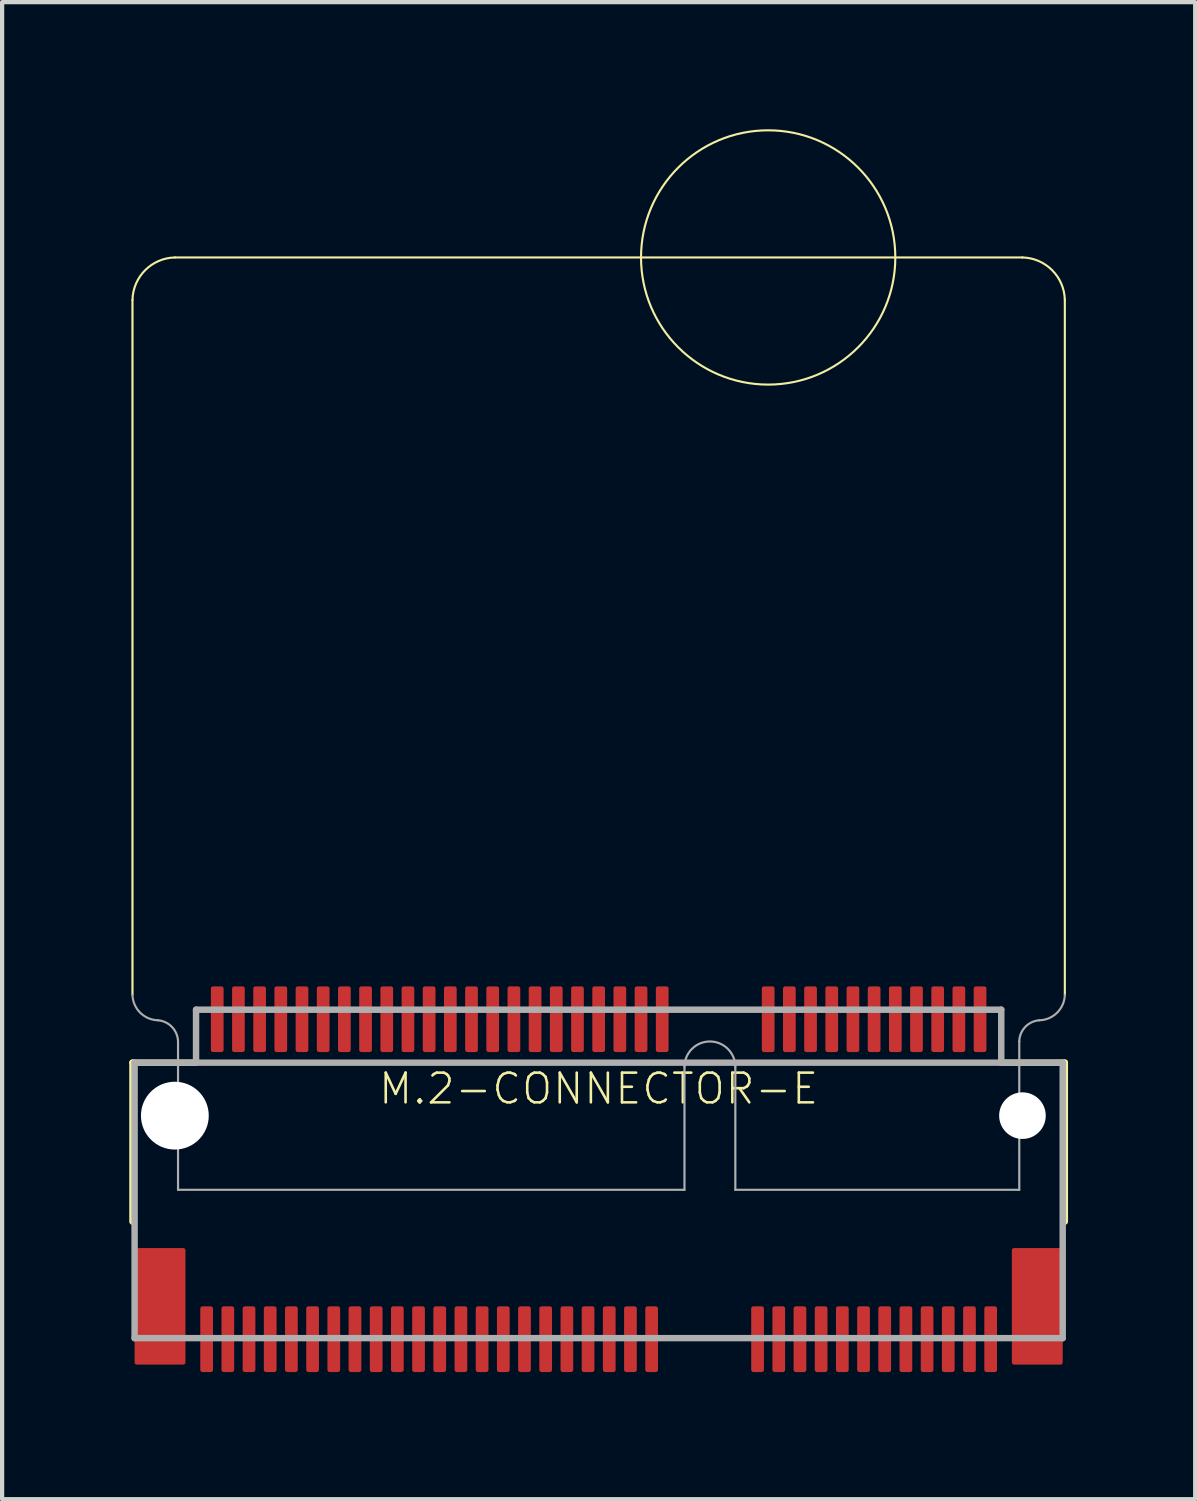
<source format=kicad_pcb>
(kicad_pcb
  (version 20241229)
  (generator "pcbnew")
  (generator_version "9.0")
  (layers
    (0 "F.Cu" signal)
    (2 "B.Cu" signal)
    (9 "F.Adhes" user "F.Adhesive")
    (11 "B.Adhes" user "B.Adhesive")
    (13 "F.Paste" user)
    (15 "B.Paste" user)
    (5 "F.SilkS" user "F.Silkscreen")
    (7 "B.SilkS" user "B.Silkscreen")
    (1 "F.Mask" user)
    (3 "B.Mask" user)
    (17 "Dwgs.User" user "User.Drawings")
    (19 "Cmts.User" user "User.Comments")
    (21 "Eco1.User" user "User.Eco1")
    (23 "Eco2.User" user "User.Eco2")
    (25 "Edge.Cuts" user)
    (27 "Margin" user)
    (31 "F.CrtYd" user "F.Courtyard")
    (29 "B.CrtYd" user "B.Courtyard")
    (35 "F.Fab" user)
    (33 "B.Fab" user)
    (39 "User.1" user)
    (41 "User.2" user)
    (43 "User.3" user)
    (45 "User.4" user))
  (footprint "M.2-CONNECTOR-E"
    (layer "F.Cu")
    (at 11.076 23.275)
    (property "Reference" "M.2-CONNECTOR-E" (at 0 -0.635 0) (layer "F.SilkS") (effects (font (size 0.701 0.701) (thickness 0.061))))
    (fp_line (start -11 -19.25) (end -11 -2.85) (stroke (width 0.051) (type solid)) (layer "F.SilkS"))
    (fp_line (start -11 2.5) (end -11 -1.25) (stroke (width 0.152) (type solid)) (layer "F.SilkS"))
    (fp_line (start -9.5 -1.25) (end -11 -1.25) (stroke (width 0.152) (type solid)) (layer "F.SilkS"))
    (fp_line (start 10 -20.25) (end -10 -20.25) (stroke (width 0.051) (type solid)) (layer "F.SilkS"))
    (fp_line (start 11 -19.25) (end 11 -2.85) (stroke (width 0.05) (type solid)) (layer "F.SilkS"))
    (fp_line (start 11 -1.25) (end 9.5 -1.25) (stroke (width 0.152) (type solid)) (layer "F.SilkS"))
    (fp_line (start 11 2.5) (end 11 -1.25) (stroke (width 0.152) (type solid)) (layer "F.SilkS"))
    (fp_arc (start -11 -19.25) (mid -10.7 -19.949999) (end -10 -20.25) (stroke (width 0.05) (type solid)) (layer "F.SilkS"))
    (fp_arc (start 10 -20.25) (mid 10.699999 -19.95) (end 11 -19.25) (stroke (width 0.05) (type solid)) (layer "F.SilkS"))
    (fp_circle (center 4 -20.25) (end 7 -20.25) (stroke (width 0.05) (type solid)) (fill no) (layer "F.SilkS"))
    (fp_poly (pts (xy -9.4 6.05) (xy -9.1 6.05) (xy -9.1 4.5) (xy -9.4 4.5)) (stroke (width 0) (type default)) (fill yes) (layer "F.Paste"))
    (fp_poly (pts (xy -9.15 -1.5) (xy -8.85 -1.5) (xy -8.85 -3.05) (xy -9.15 -3.05)) (stroke (width 0) (type default)) (fill yes) (layer "F.Paste"))
    (fp_poly (pts (xy -8.9 6.05) (xy -8.6 6.05) (xy -8.6 4.5) (xy -8.9 4.5)) (stroke (width 0) (type default)) (fill yes) (layer "F.Paste"))
    (fp_poly (pts (xy -8.65 -1.5) (xy -8.35 -1.5) (xy -8.35 -3.05) (xy -8.65 -3.05)) (stroke (width 0) (type default)) (fill yes) (layer "F.Paste"))
    (fp_poly (pts (xy -8.4 6.05) (xy -8.1 6.05) (xy -8.1 4.5) (xy -8.4 4.5)) (stroke (width 0) (type default)) (fill yes) (layer "F.Paste"))
    (fp_poly (pts (xy -8.15 -1.5) (xy -7.85 -1.5) (xy -7.85 -3.05) (xy -8.15 -3.05)) (stroke (width 0) (type default)) (fill yes) (layer "F.Paste"))
    (fp_poly (pts (xy -7.9 6.05) (xy -7.6 6.05) (xy -7.6 4.5) (xy -7.9 4.5)) (stroke (width 0) (type default)) (fill yes) (layer "F.Paste"))
    (fp_poly (pts (xy -7.65 -1.5) (xy -7.35 -1.5) (xy -7.35 -3.05) (xy -7.65 -3.05)) (stroke (width 0) (type default)) (fill yes) (layer "F.Paste"))
    (fp_poly (pts (xy -7.4 6.05) (xy -7.1 6.05) (xy -7.1 4.5) (xy -7.4 4.5)) (stroke (width 0) (type default)) (fill yes) (layer "F.Paste"))
    (fp_poly (pts (xy -7.15 -1.5) (xy -6.85 -1.5) (xy -6.85 -3.05) (xy -7.15 -3.05)) (stroke (width 0) (type default)) (fill yes) (layer "F.Paste"))
    (fp_poly (pts (xy -6.9 6.05) (xy -6.6 6.05) (xy -6.6 4.5) (xy -6.9 4.5)) (stroke (width 0) (type default)) (fill yes) (layer "F.Paste"))
    (fp_poly (pts (xy -6.65 -1.5) (xy -6.35 -1.5) (xy -6.35 -3.05) (xy -6.65 -3.05)) (stroke (width 0) (type default)) (fill yes) (layer "F.Paste"))
    (fp_poly (pts (xy -6.4 6.05) (xy -6.1 6.05) (xy -6.1 4.5) (xy -6.4 4.5)) (stroke (width 0) (type default)) (fill yes) (layer "F.Paste"))
    (fp_poly (pts (xy -6.15 -1.5) (xy -5.85 -1.5) (xy -5.85 -3.05) (xy -6.15 -3.05)) (stroke (width 0) (type default)) (fill yes) (layer "F.Paste"))
    (fp_poly (pts (xy -5.9 6.05) (xy -5.6 6.05) (xy -5.6 4.5) (xy -5.9 4.5)) (stroke (width 0) (type default)) (fill yes) (layer "F.Paste"))
    (fp_poly (pts (xy -5.65 -1.5) (xy -5.35 -1.5) (xy -5.35 -3.05) (xy -5.65 -3.05)) (stroke (width 0) (type default)) (fill yes) (layer "F.Paste"))
    (fp_poly (pts (xy -5.4 6.05) (xy -5.1 6.05) (xy -5.1 4.5) (xy -5.4 4.5)) (stroke (width 0) (type default)) (fill yes) (layer "F.Paste"))
    (fp_poly (pts (xy -5.15 -1.5) (xy -4.85 -1.5) (xy -4.85 -3.05) (xy -5.15 -3.05)) (stroke (width 0) (type default)) (fill yes) (layer "F.Paste"))
    (fp_poly (pts (xy -4.9 6.05) (xy -4.6 6.05) (xy -4.6 4.5) (xy -4.9 4.5)) (stroke (width 0) (type default)) (fill yes) (layer "F.Paste"))
    (fp_poly (pts (xy -4.65 -1.5) (xy -4.35 -1.5) (xy -4.35 -3.05) (xy -4.65 -3.05)) (stroke (width 0) (type default)) (fill yes) (layer "F.Paste"))
    (fp_poly (pts (xy -4.4 6.05) (xy -4.1 6.05) (xy -4.1 4.5) (xy -4.4 4.5)) (stroke (width 0) (type default)) (fill yes) (layer "F.Paste"))
    (fp_poly (pts (xy -4.15 -1.5) (xy -3.85 -1.5) (xy -3.85 -3.05) (xy -4.15 -3.05)) (stroke (width 0) (type default)) (fill yes) (layer "F.Paste"))
    (fp_poly (pts (xy -3.9 6.05) (xy -3.6 6.05) (xy -3.6 4.5) (xy -3.9 4.5)) (stroke (width 0) (type default)) (fill yes) (layer "F.Paste"))
    (fp_poly (pts (xy -3.65 -1.5) (xy -3.35 -1.5) (xy -3.35 -3.05) (xy -3.65 -3.05)) (stroke (width 0) (type default)) (fill yes) (layer "F.Paste"))
    (fp_poly (pts (xy -3.4 6.05) (xy -3.1 6.05) (xy -3.1 4.5) (xy -3.4 4.5)) (stroke (width 0) (type default)) (fill yes) (layer "F.Paste"))
    (fp_poly (pts (xy -3.15 -1.5) (xy -2.85 -1.5) (xy -2.85 -3.05) (xy -3.15 -3.05)) (stroke (width 0) (type default)) (fill yes) (layer "F.Paste"))
    (fp_poly (pts (xy -2.9 6.05) (xy -2.6 6.05) (xy -2.6 4.5) (xy -2.9 4.5)) (stroke (width 0) (type default)) (fill yes) (layer "F.Paste"))
    (fp_poly (pts (xy -2.65 -1.5) (xy -2.35 -1.5) (xy -2.35 -3.05) (xy -2.65 -3.05)) (stroke (width 0) (type default)) (fill yes) (layer "F.Paste"))
    (fp_poly (pts (xy -2.4 6.05) (xy -2.1 6.05) (xy -2.1 4.5) (xy -2.4 4.5)) (stroke (width 0) (type default)) (fill yes) (layer "F.Paste"))
    (fp_poly (pts (xy -2.15 -1.5) (xy -1.85 -1.5) (xy -1.85 -3.05) (xy -2.15 -3.05)) (stroke (width 0) (type default)) (fill yes) (layer "F.Paste"))
    (fp_poly (pts (xy -1.9 6.05) (xy -1.6 6.05) (xy -1.6 4.5) (xy -1.9 4.5)) (stroke (width 0) (type default)) (fill yes) (layer "F.Paste"))
    (fp_poly (pts (xy -1.65 -1.5) (xy -1.35 -1.5) (xy -1.35 -3.05) (xy -1.65 -3.05)) (stroke (width 0) (type default)) (fill yes) (layer "F.Paste"))
    (fp_poly (pts (xy -1.4 6.05) (xy -1.1 6.05) (xy -1.1 4.5) (xy -1.4 4.5)) (stroke (width 0) (type default)) (fill yes) (layer "F.Paste"))
    (fp_poly (pts (xy -1.15 -1.5) (xy -0.85 -1.5) (xy -0.85 -3.05) (xy -1.15 -3.05)) (stroke (width 0) (type default)) (fill yes) (layer "F.Paste"))
    (fp_poly (pts (xy -0.9 6.05) (xy -0.6 6.05) (xy -0.6 4.5) (xy -0.9 4.5)) (stroke (width 0) (type default)) (fill yes) (layer "F.Paste"))
    (fp_poly (pts (xy -0.65 -1.5) (xy -0.35 -1.5) (xy -0.35 -3.05) (xy -0.65 -3.05)) (stroke (width 0) (type default)) (fill yes) (layer "F.Paste"))
    (fp_poly (pts (xy -0.4 6.05) (xy -0.1 6.05) (xy -0.1 4.5) (xy -0.4 4.5)) (stroke (width 0) (type default)) (fill yes) (layer "F.Paste"))
    (fp_poly (pts (xy -0.15 -1.5) (xy 0.15 -1.5) (xy 0.15 -3.05) (xy -0.15 -3.05)) (stroke (width 0) (type default)) (fill yes) (layer "F.Paste"))
    (fp_poly (pts (xy 0.1 6.05) (xy 0.4 6.05) (xy 0.4 4.5) (xy 0.1 4.5)) (stroke (width 0) (type default)) (fill yes) (layer "F.Paste"))
    (fp_poly (pts (xy 0.35 -1.5) (xy 0.65 -1.5) (xy 0.65 -3.05) (xy 0.35 -3.05)) (stroke (width 0) (type default)) (fill yes) (layer "F.Paste"))
    (fp_poly (pts (xy 0.6 6.05) (xy 0.9 6.05) (xy 0.9 4.5) (xy 0.6 4.5)) (stroke (width 0) (type default)) (fill yes) (layer "F.Paste"))
    (fp_poly (pts (xy 0.85 -1.5) (xy 1.15 -1.5) (xy 1.15 -3.05) (xy 0.85 -3.05)) (stroke (width 0) (type default)) (fill yes) (layer "F.Paste"))
    (fp_poly (pts (xy 1.1 6.05) (xy 1.4 6.05) (xy 1.4 4.5) (xy 1.1 4.5)) (stroke (width 0) (type default)) (fill yes) (layer "F.Paste"))
    (fp_poly (pts (xy 1.35 -1.5) (xy 1.65 -1.5) (xy 1.65 -3.05) (xy 1.35 -3.05)) (stroke (width 0) (type default)) (fill yes) (layer "F.Paste"))
    (fp_poly (pts (xy 3.6 6.05) (xy 3.9 6.05) (xy 3.9 4.5) (xy 3.6 4.5)) (stroke (width 0) (type default)) (fill yes) (layer "F.Paste"))
    (fp_poly (pts (xy 3.85 -1.5) (xy 4.15 -1.5) (xy 4.15 -3.05) (xy 3.85 -3.05)) (stroke (width 0) (type default)) (fill yes) (layer "F.Paste"))
    (fp_poly (pts (xy 4.1 6.05) (xy 4.4 6.05) (xy 4.4 4.5) (xy 4.1 4.5)) (stroke (width 0) (type default)) (fill yes) (layer "F.Paste"))
    (fp_poly (pts (xy 4.35 -1.5) (xy 4.65 -1.5) (xy 4.65 -3.05) (xy 4.35 -3.05)) (stroke (width 0) (type default)) (fill yes) (layer "F.Paste"))
    (fp_poly (pts (xy 4.6 6.05) (xy 4.9 6.05) (xy 4.9 4.5) (xy 4.6 4.5)) (stroke (width 0) (type default)) (fill yes) (layer "F.Paste"))
    (fp_poly (pts (xy 4.85 -1.5) (xy 5.15 -1.5) (xy 5.15 -3.05) (xy 4.85 -3.05)) (stroke (width 0) (type default)) (fill yes) (layer "F.Paste"))
    (fp_poly (pts (xy 5.1 6.05) (xy 5.4 6.05) (xy 5.4 4.5) (xy 5.1 4.5)) (stroke (width 0) (type default)) (fill yes) (layer "F.Paste"))
    (fp_poly (pts (xy 5.35 -1.5) (xy 5.65 -1.5) (xy 5.65 -3.05) (xy 5.35 -3.05)) (stroke (width 0) (type default)) (fill yes) (layer "F.Paste"))
    (fp_poly (pts (xy 5.6 6.05) (xy 5.9 6.05) (xy 5.9 4.5) (xy 5.6 4.5)) (stroke (width 0) (type default)) (fill yes) (layer "F.Paste"))
    (fp_poly (pts (xy 5.85 -1.5) (xy 6.15 -1.5) (xy 6.15 -3.05) (xy 5.85 -3.05)) (stroke (width 0) (type default)) (fill yes) (layer "F.Paste"))
    (fp_poly (pts (xy 6.1 6.05) (xy 6.4 6.05) (xy 6.4 4.5) (xy 6.1 4.5)) (stroke (width 0) (type default)) (fill yes) (layer "F.Paste"))
    (fp_poly (pts (xy 6.35 -1.5) (xy 6.65 -1.5) (xy 6.65 -3.05) (xy 6.35 -3.05)) (stroke (width 0) (type default)) (fill yes) (layer "F.Paste"))
    (fp_poly (pts (xy 6.6 6.05) (xy 6.9 6.05) (xy 6.9 4.5) (xy 6.6 4.5)) (stroke (width 0) (type default)) (fill yes) (layer "F.Paste"))
    (fp_poly (pts (xy 6.85 -1.5) (xy 7.15 -1.5) (xy 7.15 -3.05) (xy 6.85 -3.05)) (stroke (width 0) (type default)) (fill yes) (layer "F.Paste"))
    (fp_poly (pts (xy 7.1 6.05) (xy 7.4 6.05) (xy 7.4 4.5) (xy 7.1 4.5)) (stroke (width 0) (type default)) (fill yes) (layer "F.Paste"))
    (fp_poly (pts (xy 7.35 -1.5) (xy 7.65 -1.5) (xy 7.65 -3.05) (xy 7.35 -3.05)) (stroke (width 0) (type default)) (fill yes) (layer "F.Paste"))
    (fp_poly (pts (xy 7.6 6.05) (xy 7.9 6.05) (xy 7.9 4.5) (xy 7.6 4.5)) (stroke (width 0) (type default)) (fill yes) (layer "F.Paste"))
    (fp_poly (pts (xy 7.85 -1.5) (xy 8.15 -1.5) (xy 8.15 -3.05) (xy 7.85 -3.05)) (stroke (width 0) (type default)) (fill yes) (layer "F.Paste"))
    (fp_poly (pts (xy 8.1 6.05) (xy 8.4 6.05) (xy 8.4 4.5) (xy 8.1 4.5)) (stroke (width 0) (type default)) (fill yes) (layer "F.Paste"))
    (fp_poly (pts (xy 8.35 -1.5) (xy 8.65 -1.5) (xy 8.65 -3.05) (xy 8.35 -3.05)) (stroke (width 0) (type default)) (fill yes) (layer "F.Paste"))
    (fp_poly (pts (xy 8.6 6.05) (xy 8.9 6.05) (xy 8.9 4.5) (xy 8.6 4.5)) (stroke (width 0) (type default)) (fill yes) (layer "F.Paste"))
    (fp_poly (pts (xy 8.85 -1.5) (xy 9.15 -1.5) (xy 9.15 -3.05) (xy 8.85 -3.05)) (stroke (width 0) (type default)) (fill yes) (layer "F.Paste"))
    (fp_poly (pts (xy 9.1 6.05) (xy 9.4 6.05) (xy 9.4 4.5) (xy 9.1 4.5)) (stroke (width 0) (type default)) (fill yes) (layer "F.Paste"))
    (fp_line (start -10.95 -1.25) (end -10.95 5.25) (stroke (width 0.152) (type solid)) (layer "F.Fab"))
    (fp_line (start -10.95 5.25) (end 10.95 5.25) (stroke (width 0.152) (type solid)) (layer "F.Fab"))
    (fp_line (start -9.925 1.75) (end -9.925 -1.75) (stroke (width 0.051) (type solid)) (layer "F.Fab"))
    (fp_line (start -9.5 -2.5) (end -9.5 -1.25) (stroke (width 0.152) (type solid)) (layer "F.Fab"))
    (fp_line (start -9.5 -1.25) (end -10.95 -1.25) (stroke (width 0.152) (type solid)) (layer "F.Fab"))
    (fp_line (start 2.025 -1.15) (end 2.025 1.75) (stroke (width 0.051) (type solid)) (layer "F.Fab"))
    (fp_line (start 2.025 1.75) (end -9.925 1.75) (stroke (width 0.051) (type solid)) (layer "F.Fab"))
    (fp_line (start 3.225 -1.15) (end 3.225 1.75) (stroke (width 0.051) (type solid)) (layer "F.Fab"))
    (fp_line (start 9.5 -2.5) (end -9.5 -2.5) (stroke (width 0.152) (type solid)) (layer "F.Fab"))
    (fp_line (start 9.5 -2.5) (end 9.5 -1.25) (stroke (width 0.152) (type solid)) (layer "F.Fab"))
    (fp_line (start 9.5 -1.25) (end -9.5 -1.25) (stroke (width 0.152) (type solid)) (layer "F.Fab"))
    (fp_line (start 9.925 -1.75) (end 9.925 1.75) (stroke (width 0.051) (type solid)) (layer "F.Fab"))
    (fp_line (start 9.925 1.75) (end 3.225 1.75) (stroke (width 0.051) (type solid)) (layer "F.Fab"))
    (fp_line (start 10.95 -1.25) (end 9.5 -1.25) (stroke (width 0.152) (type solid)) (layer "F.Fab"))
    (fp_line (start 10.95 5.25) (end 10.95 -1.25) (stroke (width 0.152) (type solid)) (layer "F.Fab"))
    (fp_arc (start -10.400001 -2.249999) (mid -10.819362 -2.430638) (end -11 -2.85) (stroke (width 0.05) (type solid)) (layer "F.Fab"))
    (fp_arc (start -10.4 -2.25) (mid -10.066759 -2.090954) (end -9.925 -1.75) (stroke (width 0.0508) (type solid)) (layer "F.Fab"))
    (fp_arc (start 2.025 -1.15) (mid 2.625 -1.75) (end 3.225 -1.15) (stroke (width 0.0508) (type solid)) (layer "F.Fab"))
    (fp_arc (start 9.925 -1.75) (mid 10.065344 -2.092298) (end 10.4 -2.25) (stroke (width 0.0508) (type solid)) (layer "F.Fab"))
    (fp_arc (start 10.999999 -2.849999) (mid 10.819361 -2.430638) (end 10.4 -2.25) (stroke (width 0.05) (type solid)) (layer "F.Fab"))
    (pad "" np_thru_hole circle (at -10 0) (size 1.6 1.6) (drill 1.6) (layers "*.Cu" "*.Mask"))
    (pad "" np_thru_hole circle (at 10 0) (size 1.1 1.1) (drill 1.1) (layers "*.Cu" "*.Mask"))
    (pad "1" smd roundrect (at 9.25 5.275 180) (size 0.3 1.55) (layers "F.Cu" "F.Mask") (roundrect_rratio 0.169))
    (pad "2" smd roundrect (at 9 -2.275 180) (size 0.3 1.55) (layers "F.Cu" "F.Mask") (roundrect_rratio 0.169))
    (pad "3" smd roundrect (at 8.75 5.275 180) (size 0.3 1.55) (layers "F.Cu" "F.Mask") (roundrect_rratio 0.169))
    (pad "4" smd roundrect (at 8.5 -2.275 180) (size 0.3 1.55) (layers "F.Cu" "F.Mask") (roundrect_rratio 0.169))
    (pad "5" smd roundrect (at 8.25 5.275 180) (size 0.3 1.55) (layers "F.Cu" "F.Mask") (roundrect_rratio 0.169))
    (pad "6" smd roundrect (at 8 -2.275 180) (size 0.3 1.55) (layers "F.Cu" "F.Mask") (roundrect_rratio 0.169))
    (pad "7" smd roundrect (at 7.75 5.275 180) (size 0.3 1.55) (layers "F.Cu" "F.Mask") (roundrect_rratio 0.169))
    (pad "8" smd roundrect (at 7.5 -2.275 180) (size 0.3 1.55) (layers "F.Cu" "F.Mask") (roundrect_rratio 0.169))
    (pad "9" smd roundrect (at 7.25 5.275 180) (size 0.3 1.55) (layers "F.Cu" "F.Mask") (roundrect_rratio 0.169))
    (pad "10" smd roundrect (at 7 -2.275 180) (size 0.3 1.55) (layers "F.Cu" "F.Mask") (roundrect_rratio 0.169))
    (pad "11" smd roundrect (at 6.75 5.275 180) (size 0.3 1.55) (layers "F.Cu" "F.Mask") (roundrect_rratio 0.169))
    (pad "12" smd roundrect (at 6.5 -2.275 180) (size 0.3 1.55) (layers "F.Cu" "F.Mask") (roundrect_rratio 0.169))
    (pad "13" smd roundrect (at 6.25 5.275 180) (size 0.3 1.55) (layers "F.Cu" "F.Mask") (roundrect_rratio 0.169))
    (pad "14" smd roundrect (at 6 -2.275 180) (size 0.3 1.55) (layers "F.Cu" "F.Mask") (roundrect_rratio 0.169))
    (pad "15" smd roundrect (at 5.75 5.275 180) (size 0.3 1.55) (layers "F.Cu" "F.Mask") (roundrect_rratio 0.169))
    (pad "16" smd roundrect (at 5.5 -2.275 180) (size 0.3 1.55) (layers "F.Cu" "F.Mask") (roundrect_rratio 0.169))
    (pad "17" smd roundrect (at 5.25 5.275 180) (size 0.3 1.55) (layers "F.Cu" "F.Mask") (roundrect_rratio 0.169))
    (pad "18" smd roundrect (at 5 -2.275 180) (size 0.3 1.55) (layers "F.Cu" "F.Mask") (roundrect_rratio 0.169))
    (pad "19" smd roundrect (at 4.75 5.275 180) (size 0.3 1.55) (layers "F.Cu" "F.Mask") (roundrect_rratio 0.169))
    (pad "20" smd roundrect (at 4.5 -2.275 180) (size 0.3 1.55) (layers "F.Cu" "F.Mask") (roundrect_rratio 0.169))
    (pad "21" smd roundrect (at 4.25 5.275 180) (size 0.3 1.55) (layers "F.Cu" "F.Mask") (roundrect_rratio 0.169))
    (pad "22" smd roundrect (at 4 -2.275 180) (size 0.3 1.55) (layers "F.Cu" "F.Mask") (roundrect_rratio 0.169))
    (pad "23" smd roundrect (at 3.75 5.275 180) (size 0.3 1.55) (layers "F.Cu" "F.Mask") (roundrect_rratio 0.169))
    (pad "32" smd roundrect (at 1.5 -2.275 180) (size 0.3 1.55) (layers "F.Cu" "F.Mask") (roundrect_rratio 0.169))
    (pad "33" smd roundrect (at 1.25 5.275 180) (size 0.3 1.55) (layers "F.Cu" "F.Mask") (roundrect_rratio 0.169))
    (pad "34" smd roundrect (at 1 -2.275 180) (size 0.3 1.55) (layers "F.Cu" "F.Mask") (roundrect_rratio 0.169))
    (pad "35" smd roundrect (at 0.75 5.275 180) (size 0.3 1.55) (layers "F.Cu" "F.Mask") (roundrect_rratio 0.169))
    (pad "36" smd roundrect (at 0.5 -2.275 180) (size 0.3 1.55) (layers "F.Cu" "F.Mask") (roundrect_rratio 0.169))
    (pad "37" smd roundrect (at 0.25 5.275 180) (size 0.3 1.55) (layers "F.Cu" "F.Mask") (roundrect_rratio 0.169))
    (pad "38" smd roundrect (at 0 -2.275 180) (size 0.3 1.55) (layers "F.Cu" "F.Mask") (roundrect_rratio 0.169))
    (pad "39" smd roundrect (at -0.25 5.275 180) (size 0.3 1.55) (layers "F.Cu" "F.Mask") (roundrect_rratio 0.169))
    (pad "40" smd roundrect (at -0.5 -2.275 180) (size 0.3 1.55) (layers "F.Cu" "F.Mask") (roundrect_rratio 0.169))
    (pad "41" smd roundrect (at -0.75 5.275 180) (size 0.3 1.55) (layers "F.Cu" "F.Mask") (roundrect_rratio 0.169))
    (pad "42" smd roundrect (at -1 -2.275 180) (size 0.3 1.55) (layers "F.Cu" "F.Mask") (roundrect_rratio 0.169))
    (pad "43" smd roundrect (at -1.25 5.275 180) (size 0.3 1.55) (layers "F.Cu" "F.Mask") (roundrect_rratio 0.169))
    (pad "44" smd roundrect (at -1.5 -2.275 180) (size 0.3 1.55) (layers "F.Cu" "F.Mask") (roundrect_rratio 0.169))
    (pad "45" smd roundrect (at -1.75 5.275 180) (size 0.3 1.55) (layers "F.Cu" "F.Mask") (roundrect_rratio 0.169))
    (pad "46" smd roundrect (at -2 -2.275 180) (size 0.3 1.55) (layers "F.Cu" "F.Mask") (roundrect_rratio 0.169))
    (pad "47" smd roundrect (at -2.25 5.275 180) (size 0.3 1.55) (layers "F.Cu" "F.Mask") (roundrect_rratio 0.169))
    (pad "48" smd roundrect (at -2.5 -2.275 180) (size 0.3 1.55) (layers "F.Cu" "F.Mask") (roundrect_rratio 0.169))
    (pad "49" smd roundrect (at -2.75 5.275 180) (size 0.3 1.55) (layers "F.Cu" "F.Mask") (roundrect_rratio 0.169))
    (pad "50" smd roundrect (at -3 -2.275 180) (size 0.3 1.55) (layers "F.Cu" "F.Mask") (roundrect_rratio 0.169))
    (pad "51" smd roundrect (at -3.25 5.275 180) (size 0.3 1.55) (layers "F.Cu" "F.Mask") (roundrect_rratio 0.169))
    (pad "52" smd roundrect (at -3.5 -2.275 180) (size 0.3 1.55) (layers "F.Cu" "F.Mask") (roundrect_rratio 0.169))
    (pad "53" smd roundrect (at -3.75 5.275 180) (size 0.3 1.55) (layers "F.Cu" "F.Mask") (roundrect_rratio 0.169))
    (pad "54" smd roundrect (at -4 -2.275 180) (size 0.3 1.55) (layers "F.Cu" "F.Mask") (roundrect_rratio 0.169))
    (pad "55" smd roundrect (at -4.25 5.275 180) (size 0.3 1.55) (layers "F.Cu" "F.Mask") (roundrect_rratio 0.169))
    (pad "56" smd roundrect (at -4.5 -2.275 180) (size 0.3 1.55) (layers "F.Cu" "F.Mask") (roundrect_rratio 0.169))
    (pad "57" smd roundrect (at -4.75 5.275 180) (size 0.3 1.55) (layers "F.Cu" "F.Mask") (roundrect_rratio 0.169))
    (pad "58" smd roundrect (at -5 -2.275 180) (size 0.3 1.55) (layers "F.Cu" "F.Mask") (roundrect_rratio 0.169))
    (pad "59" smd roundrect (at -5.25 5.275 180) (size 0.3 1.55) (layers "F.Cu" "F.Mask") (roundrect_rratio 0.169))
    (pad "60" smd roundrect (at -5.5 -2.275 180) (size 0.3 1.55) (layers "F.Cu" "F.Mask") (roundrect_rratio 0.169))
    (pad "61" smd roundrect (at -5.75 5.275 180) (size 0.3 1.55) (layers "F.Cu" "F.Mask") (roundrect_rratio 0.169))
    (pad "62" smd roundrect (at -6 -2.275 180) (size 0.3 1.55) (layers "F.Cu" "F.Mask") (roundrect_rratio 0.169))
    (pad "63" smd roundrect (at -6.25 5.275 180) (size 0.3 1.55) (layers "F.Cu" "F.Mask") (roundrect_rratio 0.169))
    (pad "64" smd roundrect (at -6.5 -2.275 180) (size 0.3 1.55) (layers "F.Cu" "F.Mask") (roundrect_rratio 0.169))
    (pad "65" smd roundrect (at -6.75 5.275 180) (size 0.3 1.55) (layers "F.Cu" "F.Mask") (roundrect_rratio 0.169))
    (pad "66" smd roundrect (at -7 -2.275 180) (size 0.3 1.55) (layers "F.Cu" "F.Mask") (roundrect_rratio 0.169))
    (pad "67" smd roundrect (at -7.25 5.275 180) (size 0.3 1.55) (layers "F.Cu" "F.Mask") (roundrect_rratio 0.169))
    (pad "68" smd roundrect (at -7.5 -2.275 180) (size 0.3 1.55) (layers "F.Cu" "F.Mask") (roundrect_rratio 0.169))
    (pad "69" smd roundrect (at -7.75 5.275 180) (size 0.3 1.55) (layers "F.Cu" "F.Mask") (roundrect_rratio 0.169))
    (pad "70" smd roundrect (at -8 -2.275 180) (size 0.3 1.55) (layers "F.Cu" "F.Mask") (roundrect_rratio 0.169))
    (pad "71" smd roundrect (at -8.25 5.275 180) (size 0.3 1.55) (layers "F.Cu" "F.Mask") (roundrect_rratio 0.169))
    (pad "72" smd roundrect (at -8.5 -2.275 180) (size 0.3 1.55) (layers "F.Cu" "F.Mask") (roundrect_rratio 0.169))
    (pad "73" smd roundrect (at -8.75 5.275 180) (size 0.3 1.55) (layers "F.Cu" "F.Mask") (roundrect_rratio 0.169))
    (pad "74" smd roundrect (at -9 -2.275 180) (size 0.3 1.55) (layers "F.Cu" "F.Mask") (roundrect_rratio 0.169))
    (pad "75" smd roundrect (at -9.25 5.275 180) (size 0.3 1.55) (layers "F.Cu" "F.Mask") (roundrect_rratio 0.169))
    (pad "A1" smd roundrect (at 10.35 4.5 180) (size 1.2 2.75) (layers "F.Cu" "F.Mask" "F.Paste") (roundrect_rratio 0.042))
    (pad "A2" smd roundrect (at -10.35 4.5 180) (size 1.2 2.75) (layers "F.Cu" "F.Mask" "F.Paste") (roundrect_rratio 0.042)))
  (gr_rect
    (start -3 -3)
    (end 25.152 32.325)
    (stroke (width 0.1) (type default))
    (fill no)
    (layer "Edge.Cuts")))
</source>
